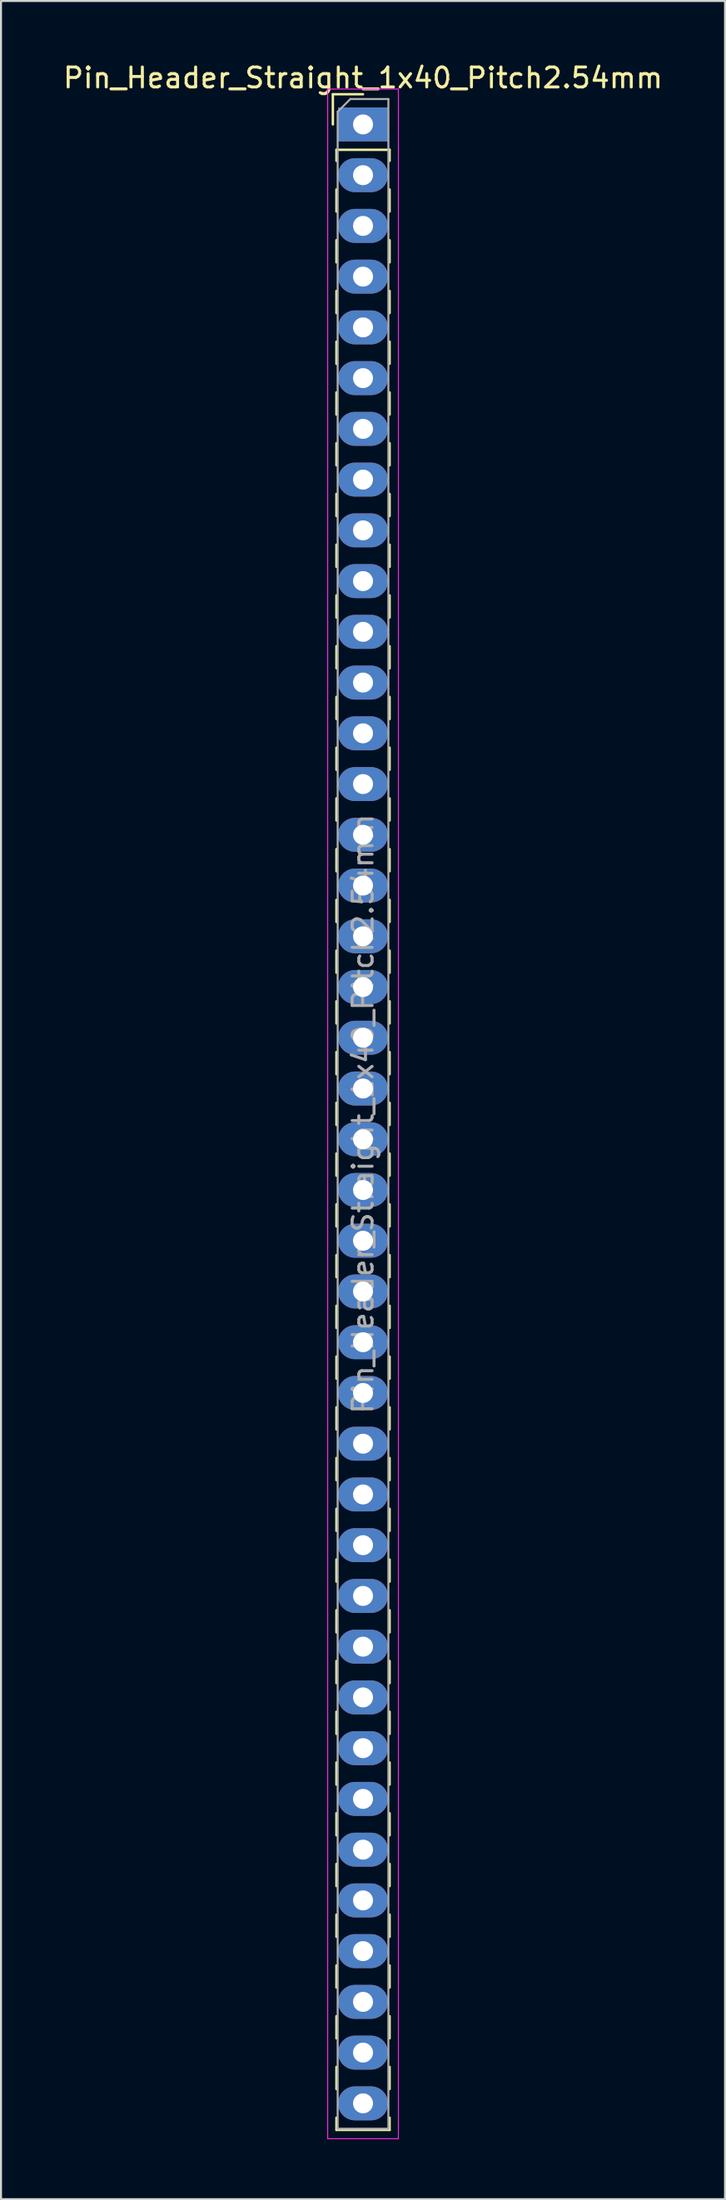
<source format=kicad_pcb>
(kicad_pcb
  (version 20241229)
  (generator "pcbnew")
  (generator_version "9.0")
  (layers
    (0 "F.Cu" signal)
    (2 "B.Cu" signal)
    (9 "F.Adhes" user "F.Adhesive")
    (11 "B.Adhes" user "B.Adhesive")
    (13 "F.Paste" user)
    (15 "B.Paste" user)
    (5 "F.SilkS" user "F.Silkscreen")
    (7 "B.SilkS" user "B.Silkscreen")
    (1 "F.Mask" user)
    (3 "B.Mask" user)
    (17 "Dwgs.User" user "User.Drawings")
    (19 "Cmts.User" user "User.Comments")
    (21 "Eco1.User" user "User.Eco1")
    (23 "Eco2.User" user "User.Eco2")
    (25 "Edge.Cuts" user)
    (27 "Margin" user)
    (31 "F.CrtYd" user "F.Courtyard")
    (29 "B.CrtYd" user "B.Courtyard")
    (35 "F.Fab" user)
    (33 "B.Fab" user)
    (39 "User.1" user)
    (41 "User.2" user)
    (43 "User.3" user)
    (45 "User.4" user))
  (footprint "Pin_Header_Straight_1x40_Pitch2.54mm"
    (layer "F.Cu")
    (at 15.125 3.178)
    (property "Reference" "Pin_Header_Straight_1x40_Pitch2.54mm" (at 0 -2.33 0) (layer "F.SilkS") (effects (font (size 1 1) (thickness 0.15))))
    (attr through_hole)
    (fp_line (start -1.51 -1.51) (end 0 -1.51) (stroke (width 0.12) (type solid)) (layer "F.SilkS"))
    (fp_line (start -1.51 0) (end -1.51 -1.51) (stroke (width 0.12) (type solid)) (layer "F.SilkS"))
    (fp_line (start -1.33 1.27) (end -1.33 1.825) (stroke (width 0.12) (type solid)) (layer "F.SilkS"))
    (fp_line (start -1.33 1.27) (end 1.33 1.27) (stroke (width 0.12) (type solid)) (layer "F.SilkS"))
    (fp_line (start -1.33 3.255) (end -1.33 4.365) (stroke (width 0.12) (type solid)) (layer "F.SilkS"))
    (fp_line (start -1.33 5.795) (end -1.33 6.905) (stroke (width 0.12) (type solid)) (layer "F.SilkS"))
    (fp_line (start -1.33 8.335) (end -1.33 9.445) (stroke (width 0.12) (type solid)) (layer "F.SilkS"))
    (fp_line (start -1.33 10.875) (end -1.33 11.985) (stroke (width 0.12) (type solid)) (layer "F.SilkS"))
    (fp_line (start -1.33 13.415) (end -1.33 14.525) (stroke (width 0.12) (type solid)) (layer "F.SilkS"))
    (fp_line (start -1.33 15.955) (end -1.33 17.065) (stroke (width 0.12) (type solid)) (layer "F.SilkS"))
    (fp_line (start -1.33 18.495) (end -1.33 19.605) (stroke (width 0.12) (type solid)) (layer "F.SilkS"))
    (fp_line (start -1.33 21.035) (end -1.33 22.145) (stroke (width 0.12) (type solid)) (layer "F.SilkS"))
    (fp_line (start -1.33 23.575) (end -1.33 24.685) (stroke (width 0.12) (type solid)) (layer "F.SilkS"))
    (fp_line (start -1.33 26.115) (end -1.33 27.225) (stroke (width 0.12) (type solid)) (layer "F.SilkS"))
    (fp_line (start -1.33 28.655) (end -1.33 29.765) (stroke (width 0.12) (type solid)) (layer "F.SilkS"))
    (fp_line (start -1.33 31.195) (end -1.33 32.305) (stroke (width 0.12) (type solid)) (layer "F.SilkS"))
    (fp_line (start -1.33 33.735) (end -1.33 34.845) (stroke (width 0.12) (type solid)) (layer "F.SilkS"))
    (fp_line (start -1.33 36.275) (end -1.33 37.385) (stroke (width 0.12) (type solid)) (layer "F.SilkS"))
    (fp_line (start -1.33 38.815) (end -1.33 39.925) (stroke (width 0.12) (type solid)) (layer "F.SilkS"))
    (fp_line (start -1.33 41.355) (end -1.33 42.465) (stroke (width 0.12) (type solid)) (layer "F.SilkS"))
    (fp_line (start -1.33 43.895) (end -1.33 45.005) (stroke (width 0.12) (type solid)) (layer "F.SilkS"))
    (fp_line (start -1.33 46.435) (end -1.33 47.545) (stroke (width 0.12) (type solid)) (layer "F.SilkS"))
    (fp_line (start -1.33 48.975) (end -1.33 50.085) (stroke (width 0.12) (type solid)) (layer "F.SilkS"))
    (fp_line (start -1.33 51.515) (end -1.33 52.625) (stroke (width 0.12) (type solid)) (layer "F.SilkS"))
    (fp_line (start -1.33 54.055) (end -1.33 55.165) (stroke (width 0.12) (type solid)) (layer "F.SilkS"))
    (fp_line (start -1.33 56.595) (end -1.33 57.705) (stroke (width 0.12) (type solid)) (layer "F.SilkS"))
    (fp_line (start -1.33 59.135) (end -1.33 60.245) (stroke (width 0.12) (type solid)) (layer "F.SilkS"))
    (fp_line (start -1.33 61.675) (end -1.33 62.785) (stroke (width 0.12) (type solid)) (layer "F.SilkS"))
    (fp_line (start -1.33 64.215) (end -1.33 65.325) (stroke (width 0.12) (type solid)) (layer "F.SilkS"))
    (fp_line (start -1.33 66.755) (end -1.33 67.865) (stroke (width 0.12) (type solid)) (layer "F.SilkS"))
    (fp_line (start -1.33 69.295) (end -1.33 70.405) (stroke (width 0.12) (type solid)) (layer "F.SilkS"))
    (fp_line (start -1.33 71.835) (end -1.33 72.945) (stroke (width 0.12) (type solid)) (layer "F.SilkS"))
    (fp_line (start -1.33 74.375) (end -1.33 75.485) (stroke (width 0.12) (type solid)) (layer "F.SilkS"))
    (fp_line (start -1.33 76.915) (end -1.33 78.025) (stroke (width 0.12) (type solid)) (layer "F.SilkS"))
    (fp_line (start -1.33 79.455) (end -1.33 80.565) (stroke (width 0.12) (type solid)) (layer "F.SilkS"))
    (fp_line (start -1.33 81.995) (end -1.33 83.105) (stroke (width 0.12) (type solid)) (layer "F.SilkS"))
    (fp_line (start -1.33 84.535) (end -1.33 85.645) (stroke (width 0.12) (type solid)) (layer "F.SilkS"))
    (fp_line (start -1.33 87.075) (end -1.33 88.185) (stroke (width 0.12) (type solid)) (layer "F.SilkS"))
    (fp_line (start -1.33 89.615) (end -1.33 90.725) (stroke (width 0.12) (type solid)) (layer "F.SilkS"))
    (fp_line (start -1.33 92.155) (end -1.33 93.265) (stroke (width 0.12) (type solid)) (layer "F.SilkS"))
    (fp_line (start -1.33 94.695) (end -1.33 95.805) (stroke (width 0.12) (type solid)) (layer "F.SilkS"))
    (fp_line (start -1.33 97.235) (end -1.33 98.345) (stroke (width 0.12) (type solid)) (layer "F.SilkS"))
    (fp_line (start -1.33 99.775) (end -1.33 100.39) (stroke (width 0.12) (type solid)) (layer "F.SilkS"))
    (fp_line (start -1.33 100.39) (end 1.33 100.39) (stroke (width 0.12) (type solid)) (layer "F.SilkS"))
    (fp_line (start 1.33 1.27) (end 1.33 1.825) (stroke (width 0.12) (type solid)) (layer "F.SilkS"))
    (fp_line (start 1.33 3.255) (end 1.33 4.365) (stroke (width 0.12) (type solid)) (layer "F.SilkS"))
    (fp_line (start 1.33 5.795) (end 1.33 6.905) (stroke (width 0.12) (type solid)) (layer "F.SilkS"))
    (fp_line (start 1.33 8.335) (end 1.33 9.445) (stroke (width 0.12) (type solid)) (layer "F.SilkS"))
    (fp_line (start 1.33 10.875) (end 1.33 11.985) (stroke (width 0.12) (type solid)) (layer "F.SilkS"))
    (fp_line (start 1.33 13.415) (end 1.33 14.525) (stroke (width 0.12) (type solid)) (layer "F.SilkS"))
    (fp_line (start 1.33 15.955) (end 1.33 17.065) (stroke (width 0.12) (type solid)) (layer "F.SilkS"))
    (fp_line (start 1.33 18.495) (end 1.33 19.605) (stroke (width 0.12) (type solid)) (layer "F.SilkS"))
    (fp_line (start 1.33 21.035) (end 1.33 22.145) (stroke (width 0.12) (type solid)) (layer "F.SilkS"))
    (fp_line (start 1.33 23.575) (end 1.33 24.685) (stroke (width 0.12) (type solid)) (layer "F.SilkS"))
    (fp_line (start 1.33 26.115) (end 1.33 27.225) (stroke (width 0.12) (type solid)) (layer "F.SilkS"))
    (fp_line (start 1.33 28.655) (end 1.33 29.765) (stroke (width 0.12) (type solid)) (layer "F.SilkS"))
    (fp_line (start 1.33 31.195) (end 1.33 32.305) (stroke (width 0.12) (type solid)) (layer "F.SilkS"))
    (fp_line (start 1.33 33.735) (end 1.33 34.845) (stroke (width 0.12) (type solid)) (layer "F.SilkS"))
    (fp_line (start 1.33 36.275) (end 1.33 37.385) (stroke (width 0.12) (type solid)) (layer "F.SilkS"))
    (fp_line (start 1.33 38.815) (end 1.33 39.925) (stroke (width 0.12) (type solid)) (layer "F.SilkS"))
    (fp_line (start 1.33 41.355) (end 1.33 42.465) (stroke (width 0.12) (type solid)) (layer "F.SilkS"))
    (fp_line (start 1.33 43.895) (end 1.33 45.005) (stroke (width 0.12) (type solid)) (layer "F.SilkS"))
    (fp_line (start 1.33 46.435) (end 1.33 47.545) (stroke (width 0.12) (type solid)) (layer "F.SilkS"))
    (fp_line (start 1.33 48.975) (end 1.33 50.085) (stroke (width 0.12) (type solid)) (layer "F.SilkS"))
    (fp_line (start 1.33 51.515) (end 1.33 52.625) (stroke (width 0.12) (type solid)) (layer "F.SilkS"))
    (fp_line (start 1.33 54.055) (end 1.33 55.165) (stroke (width 0.12) (type solid)) (layer "F.SilkS"))
    (fp_line (start 1.33 56.595) (end 1.33 57.705) (stroke (width 0.12) (type solid)) (layer "F.SilkS"))
    (fp_line (start 1.33 59.135) (end 1.33 60.245) (stroke (width 0.12) (type solid)) (layer "F.SilkS"))
    (fp_line (start 1.33 61.675) (end 1.33 62.785) (stroke (width 0.12) (type solid)) (layer "F.SilkS"))
    (fp_line (start 1.33 64.215) (end 1.33 65.325) (stroke (width 0.12) (type solid)) (layer "F.SilkS"))
    (fp_line (start 1.33 66.755) (end 1.33 67.865) (stroke (width 0.12) (type solid)) (layer "F.SilkS"))
    (fp_line (start 1.33 69.295) (end 1.33 70.405) (stroke (width 0.12) (type solid)) (layer "F.SilkS"))
    (fp_line (start 1.33 71.835) (end 1.33 72.945) (stroke (width 0.12) (type solid)) (layer "F.SilkS"))
    (fp_line (start 1.33 74.375) (end 1.33 75.485) (stroke (width 0.12) (type solid)) (layer "F.SilkS"))
    (fp_line (start 1.33 76.915) (end 1.33 78.025) (stroke (width 0.12) (type solid)) (layer "F.SilkS"))
    (fp_line (start 1.33 79.455) (end 1.33 80.565) (stroke (width 0.12) (type solid)) (layer "F.SilkS"))
    (fp_line (start 1.33 81.995) (end 1.33 83.105) (stroke (width 0.12) (type solid)) (layer "F.SilkS"))
    (fp_line (start 1.33 84.535) (end 1.33 85.645) (stroke (width 0.12) (type solid)) (layer "F.SilkS"))
    (fp_line (start 1.33 87.075) (end 1.33 88.185) (stroke (width 0.12) (type solid)) (layer "F.SilkS"))
    (fp_line (start 1.33 89.615) (end 1.33 90.725) (stroke (width 0.12) (type solid)) (layer "F.SilkS"))
    (fp_line (start 1.33 92.155) (end 1.33 93.265) (stroke (width 0.12) (type solid)) (layer "F.SilkS"))
    (fp_line (start 1.33 94.695) (end 1.33 95.805) (stroke (width 0.12) (type solid)) (layer "F.SilkS"))
    (fp_line (start 1.33 97.235) (end 1.33 98.345) (stroke (width 0.12) (type solid)) (layer "F.SilkS"))
    (fp_line (start 1.33 99.775) (end 1.33 100.39) (stroke (width 0.12) (type solid)) (layer "F.SilkS"))
    (fp_line (start -1.77 -1.77) (end -1.77 100.83) (stroke (width 0.05) (type solid)) (layer "F.CrtYd"))
    (fp_line (start -1.77 100.83) (end 1.77 100.83) (stroke (width 0.05) (type solid)) (layer "F.CrtYd"))
    (fp_line (start 1.77 -1.77) (end -1.77 -1.77) (stroke (width 0.05) (type solid)) (layer "F.CrtYd"))
    (fp_line (start 1.77 100.83) (end 1.77 -1.77) (stroke (width 0.05) (type solid)) (layer "F.CrtYd"))
    (fp_line (start -1.27 -0.635) (end -0.635 -1.27) (stroke (width 0.1) (type solid)) (layer "F.Fab"))
    (fp_line (start -1.27 100.33) (end -1.27 -0.635) (stroke (width 0.1) (type solid)) (layer "F.Fab"))
    (fp_line (start -0.635 -1.27) (end 1.27 -1.27) (stroke (width 0.1) (type solid)) (layer "F.Fab"))
    (fp_line (start 1.27 -1.27) (end 1.27 100.33) (stroke (width 0.1) (type solid)) (layer "F.Fab"))
    (fp_line (start 1.27 100.33) (end -1.27 100.33) (stroke (width 0.1) (type solid)) (layer "F.Fab"))
    (fp_text user "${REFERENCE}" (at 0 49.53 90) (layer "F.Fab") (effects (font (size 1 1) (thickness 0.15))))
    (pad "1" thru_hole rect (at 0 0) (size 2.5 1.7) (drill 1) (layers "*.Cu" "*.Mask"))
    (pad "2" thru_hole oval (at 0 2.54) (size 2.5 1.7) (drill 1) (layers "*.Cu" "*.Mask"))
    (pad "3" thru_hole oval (at 0 5.08) (size 2.5 1.7) (drill 1) (layers "*.Cu" "*.Mask"))
    (pad "4" thru_hole oval (at 0 7.62) (size 2.5 1.7) (drill 1) (layers "*.Cu" "*.Mask"))
    (pad "5" thru_hole oval (at 0 10.16) (size 2.5 1.7) (drill 1) (layers "*.Cu" "*.Mask"))
    (pad "6" thru_hole oval (at 0 12.7) (size 2.5 1.7) (drill 1) (layers "*.Cu" "*.Mask"))
    (pad "7" thru_hole oval (at 0 15.24) (size 2.5 1.7) (drill 1) (layers "*.Cu" "*.Mask"))
    (pad "8" thru_hole oval (at 0 17.78) (size 2.5 1.7) (drill 1) (layers "*.Cu" "*.Mask"))
    (pad "9" thru_hole oval (at 0 20.32) (size 2.5 1.7) (drill 1) (layers "*.Cu" "*.Mask"))
    (pad "10" thru_hole oval (at 0 22.86) (size 2.5 1.7) (drill 1) (layers "*.Cu" "*.Mask"))
    (pad "11" thru_hole oval (at 0 25.4) (size 2.5 1.7) (drill 1) (layers "*.Cu" "*.Mask"))
    (pad "12" thru_hole oval (at 0 27.94) (size 2.5 1.7) (drill 1) (layers "*.Cu" "*.Mask"))
    (pad "13" thru_hole oval (at 0 30.48) (size 2.5 1.7) (drill 1) (layers "*.Cu" "*.Mask"))
    (pad "14" thru_hole oval (at 0 33.02) (size 2.5 1.7) (drill 1) (layers "*.Cu" "*.Mask"))
    (pad "15" thru_hole oval (at 0 35.56) (size 2.5 1.7) (drill 1) (layers "*.Cu" "*.Mask"))
    (pad "16" thru_hole oval (at 0 38.1) (size 2.5 1.7) (drill 1) (layers "*.Cu" "*.Mask"))
    (pad "17" thru_hole oval (at 0 40.64) (size 2.5 1.7) (drill 1) (layers "*.Cu" "*.Mask"))
    (pad "18" thru_hole oval (at 0 43.18) (size 2.5 1.7) (drill 1) (layers "*.Cu" "*.Mask"))
    (pad "19" thru_hole oval (at 0 45.72) (size 2.5 1.7) (drill 1) (layers "*.Cu" "*.Mask"))
    (pad "20" thru_hole oval (at 0 48.26) (size 2.5 1.7) (drill 1) (layers "*.Cu" "*.Mask"))
    (pad "21" thru_hole oval (at 0 50.8) (size 2.5 1.7) (drill 1) (layers "*.Cu" "*.Mask"))
    (pad "22" thru_hole oval (at 0 53.34) (size 2.5 1.7) (drill 1) (layers "*.Cu" "*.Mask"))
    (pad "23" thru_hole oval (at 0 55.88) (size 2.5 1.7) (drill 1) (layers "*.Cu" "*.Mask"))
    (pad "24" thru_hole oval (at 0 58.42) (size 2.5 1.7) (drill 1) (layers "*.Cu" "*.Mask"))
    (pad "25" thru_hole oval (at 0 60.96) (size 2.5 1.7) (drill 1) (layers "*.Cu" "*.Mask"))
    (pad "26" thru_hole oval (at 0 63.5) (size 2.5 1.7) (drill 1) (layers "*.Cu" "*.Mask"))
    (pad "27" thru_hole oval (at 0 66.04) (size 2.5 1.7) (drill 1) (layers "*.Cu" "*.Mask"))
    (pad "28" thru_hole oval (at 0 68.58) (size 2.5 1.7) (drill 1) (layers "*.Cu" "*.Mask"))
    (pad "29" thru_hole oval (at 0 71.12) (size 2.5 1.7) (drill 1) (layers "*.Cu" "*.Mask"))
    (pad "30" thru_hole oval (at 0 73.66) (size 2.5 1.7) (drill 1) (layers "*.Cu" "*.Mask"))
    (pad "31" thru_hole oval (at 0 76.2) (size 2.5 1.7) (drill 1) (layers "*.Cu" "*.Mask"))
    (pad "32" thru_hole oval (at 0 78.74) (size 2.5 1.7) (drill 1) (layers "*.Cu" "*.Mask"))
    (pad "33" thru_hole oval (at 0 81.28) (size 2.5 1.7) (drill 1) (layers "*.Cu" "*.Mask"))
    (pad "34" thru_hole oval (at 0 83.82) (size 2.5 1.7) (drill 1) (layers "*.Cu" "*.Mask"))
    (pad "35" thru_hole oval (at 0 86.36) (size 2.5 1.7) (drill 1) (layers "*.Cu" "*.Mask"))
    (pad "36" thru_hole oval (at 0 88.9) (size 2.5 1.7) (drill 1) (layers "*.Cu" "*.Mask"))
    (pad "37" thru_hole oval (at 0 91.44) (size 2.5 1.7) (drill 1) (layers "*.Cu" "*.Mask"))
    (pad "38" thru_hole oval (at 0 93.98) (size 2.5 1.7) (drill 1) (layers "*.Cu" "*.Mask"))
    (pad "39" thru_hole oval (at 0 96.52) (size 2.5 1.7) (drill 1) (layers "*.Cu" "*.Mask"))
    (pad "40" thru_hole oval (at 0 99.06) (size 2.5 1.7) (drill 1) (layers "*.Cu" "*.Mask")))
  (gr_rect
    (start -3 -3)
    (end 33.25 107.033)
    (stroke (width 0.1) (type default))
    (fill no)
    (layer "Edge.Cuts")))
</source>
